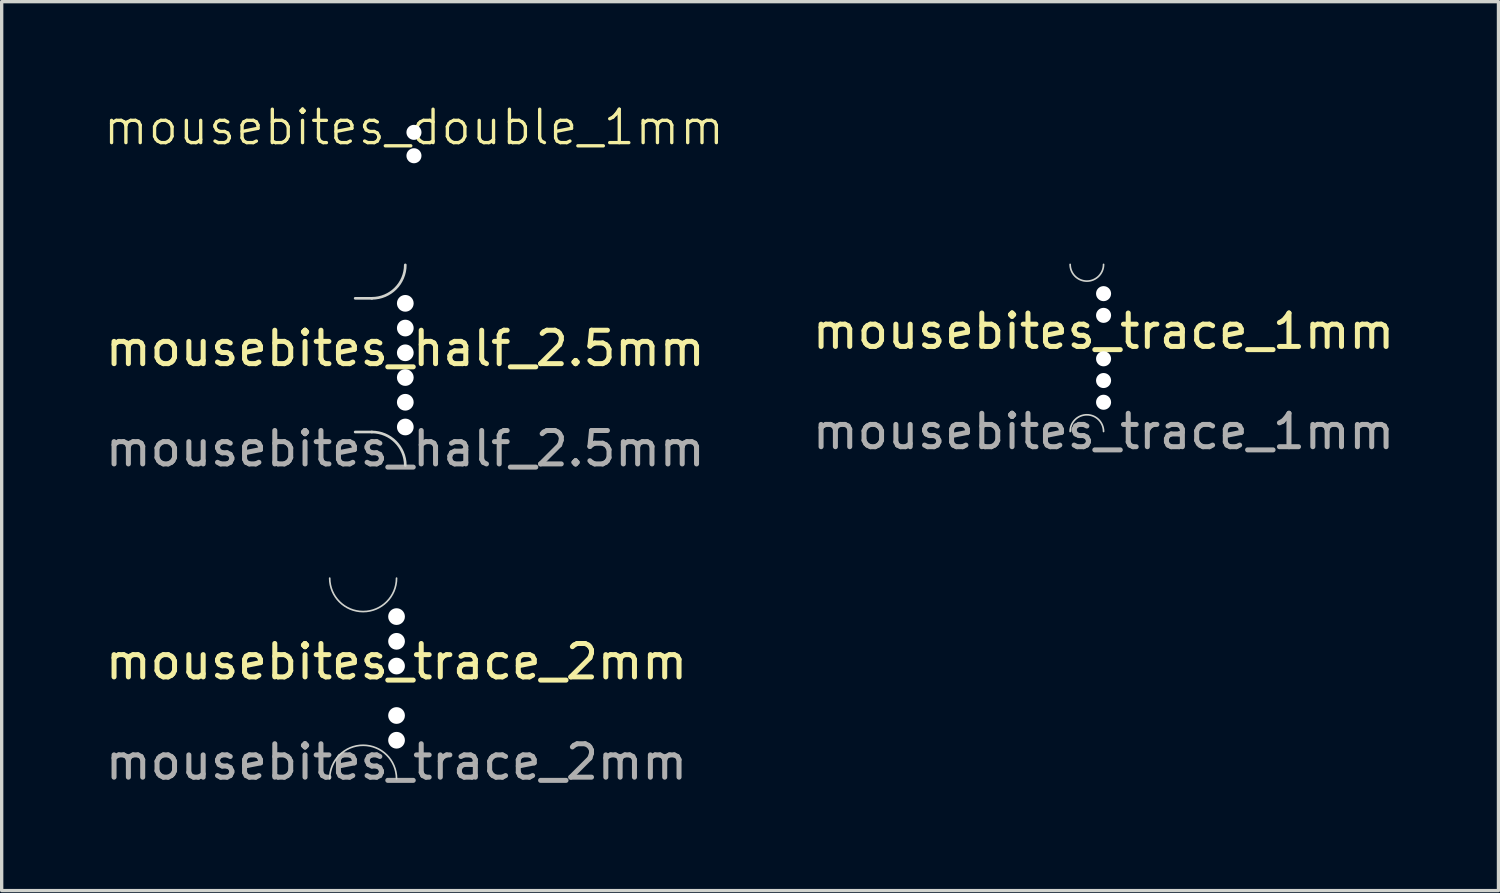
<source format=kicad_pcb>
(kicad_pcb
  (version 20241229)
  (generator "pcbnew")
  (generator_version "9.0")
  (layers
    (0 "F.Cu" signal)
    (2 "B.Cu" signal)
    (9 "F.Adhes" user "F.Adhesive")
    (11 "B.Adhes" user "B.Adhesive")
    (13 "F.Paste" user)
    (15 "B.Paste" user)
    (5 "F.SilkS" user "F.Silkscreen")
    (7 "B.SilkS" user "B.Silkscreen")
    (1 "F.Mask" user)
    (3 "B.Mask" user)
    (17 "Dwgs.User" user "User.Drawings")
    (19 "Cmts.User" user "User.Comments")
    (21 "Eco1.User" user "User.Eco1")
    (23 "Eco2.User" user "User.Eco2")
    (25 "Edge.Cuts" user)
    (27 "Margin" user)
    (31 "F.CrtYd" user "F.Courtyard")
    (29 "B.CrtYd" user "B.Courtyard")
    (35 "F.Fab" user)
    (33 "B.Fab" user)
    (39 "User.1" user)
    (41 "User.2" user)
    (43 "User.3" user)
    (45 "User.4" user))
  (footprint "mousebites_trace_2mm"
    (layer "F.Cu")
    (at 8.815 17.249)
    (property "Reference" "mousebites_trace_2mm" (at 0 -0.5 0) (unlocked yes) (layer "F.SilkS") (effects (font (size 1 1) (thickness 0.15))))
    (attr through_hole board_only exclude_from_pos_files exclude_from_bom)
    (fp_arc (start -2 3) (mid -1 2) (end 0 3) (stroke (width 0.05) (type solid)) (layer "Edge.Cuts"))
    (fp_arc (start 0 -3) (mid -1 -2) (end -2 -3) (stroke (width 0.05) (type solid)) (layer "Edge.Cuts"))
    (fp_text user "${REFERENCE}" (at 0 2.5 0) (unlocked yes) (layer "F.Fab") (effects (font (size 1 1) (thickness 0.15))))
    (pad "" np_thru_hole circle (at 0 -1.85) (size 0.5 0.5) (drill 0.5) (layers "*.Cu" "*.Mask"))
    (pad "" np_thru_hole circle (at 0 -1.11) (size 0.5 0.5) (drill 0.5) (layers "*.Cu" "*.Mask"))
    (pad "" np_thru_hole circle (at 0 -0.37) (size 0.5 0.5) (drill 0.5) (layers "*.Cu" "*.Mask"))
    (pad "" np_thru_hole circle (at 0 1.11) (size 0.5 0.5) (drill 0.5) (layers "*.Cu" "*.Mask"))
    (pad "" np_thru_hole circle (at 0 1.85) (size 0.5 0.5) (drill 0.5) (layers "*.Cu" "*.Mask")))
  (footprint "mousebites_trace_1mm"
    (layer "F.Cu")
    (at 29.97 7.361)
    (property "Reference" "mousebites_trace_1mm" (at 0 -0.5 0) (unlocked yes) (layer "F.SilkS") (effects (font (size 1 1) (thickness 0.15))))
    (attr through_hole board_only exclude_from_pos_files exclude_from_bom)
    (fp_arc (start -1 2.5) (mid -0.5 2) (end 0 2.5) (stroke (width 0.05) (type solid)) (layer "Edge.Cuts"))
    (fp_arc (start 0 -2.5) (mid -0.5 -2) (end -1 -2.5) (stroke (width 0.05) (type solid)) (layer "Edge.Cuts"))
    (fp_text user "${REFERENCE}" (at 0 2.5 0) (unlocked yes) (layer "F.Fab") (effects (font (size 1 1) (thickness 0.15))))
    (pad "" np_thru_hole circle (at 0 -1.625) (size 0.45 0.45) (drill 0.45) (layers "*.Cu" "*.Mask"))
    (pad "" np_thru_hole circle (at 0 -0.975) (size 0.45 0.45) (drill 0.45) (layers "*.Cu" "*.Mask"))
    (pad "" np_thru_hole circle (at 0 0.325) (size 0.45 0.45) (drill 0.45) (layers "*.Cu" "*.Mask"))
    (pad "" np_thru_hole circle (at 0 0.975) (size 0.45 0.45) (drill 0.45) (layers "*.Cu" "*.Mask"))
    (pad "" np_thru_hole circle (at 0 1.625) (size 0.45 0.45) (drill 0.45) (layers "*.Cu" "*.Mask")))
  (footprint "mousebites_half_2.5mm"
    (layer "F.Cu")
    (at 9.077 7.876)
    (property "Reference" "mousebites_half_2.5mm" (at 0 -0.5 0) (unlocked yes) (layer "F.SilkS") (effects (font (size 1 1) (thickness 0.15))))
    (attr through_hole board_only exclude_from_pos_files exclude_from_bom)
    (fp_line (start -1.5 -2) (end -1 -2) (stroke (width 0.08) (type solid)) (layer "Edge.Cuts"))
    (fp_line (start -1 2) (end -1.5 2) (stroke (width 0.08) (type solid)) (layer "Edge.Cuts"))
    (fp_arc (start -1.000003 1.999997) (mid -0.292894 2.292888) (end -0.000006 2.999994) (stroke (width 0.08) (type solid)) (layer "Edge.Cuts"))
    (fp_arc (start -0.000003 -3.000003) (mid -0.292894 -2.292896) (end -1 -2.000006) (stroke (width 0.08) (type solid)) (layer "Edge.Cuts"))
    (fp_text user "${REFERENCE}" (at 0 2.5 0) (unlocked yes) (layer "F.Fab") (effects (font (size 1 1) (thickness 0.15))))
    (pad "" np_thru_hole circle (at -0.000003 -1.85) (size 0.5 0.5) (drill 0.5) (layers "*.Cu" "*.Mask"))
    (pad "" np_thru_hole circle (at -0.000003 -1.11) (size 0.5 0.5) (drill 0.5) (layers "*.Cu" "*.Mask"))
    (pad "" np_thru_hole circle (at -0.000003 -0.37) (size 0.5 0.5) (drill 0.5) (layers "*.Cu" "*.Mask"))
    (pad "" np_thru_hole circle (at -0.000003 0.37) (size 0.5 0.5) (drill 0.5) (layers "*.Cu" "*.Mask"))
    (pad "" np_thru_hole circle (at -0.000003 1.11) (size 0.5 0.5) (drill 0.5) (layers "*.Cu" "*.Mask"))
    (pad "" np_thru_hole circle (at -0.000003 1.85) (size 0.5 0.5) (drill 0.5) (layers "*.Cu" "*.Mask")))
  (footprint "mousebites_double_1mm"
    (layer "F.Cu")
    (at 9.336 1.26)
    (property "Reference" "mousebites_double_1mm" (at 0 -0.5 0) (unlocked yes) (layer "F.SilkS") (effects (font (size 1 1) (thickness 0.1))))
    (attr through_hole board_only exclude_from_pos_files exclude_from_bom)
    (pad "" np_thru_hole circle (at 0 -0.35) (size 0.45 0.45) (drill 0.45) (layers "*.Cu" "*.Mask"))
    (pad "" np_thru_hole circle (at 0 0.35) (size 0.45 0.45) (drill 0.45) (layers "*.Cu" "*.Mask")))
  (gr_rect
    (start -3 -3)
    (end 41.786 23.597)
    (stroke (width 0.1) (type default))
    (fill no)
    (layer "Edge.Cuts")))
</source>
